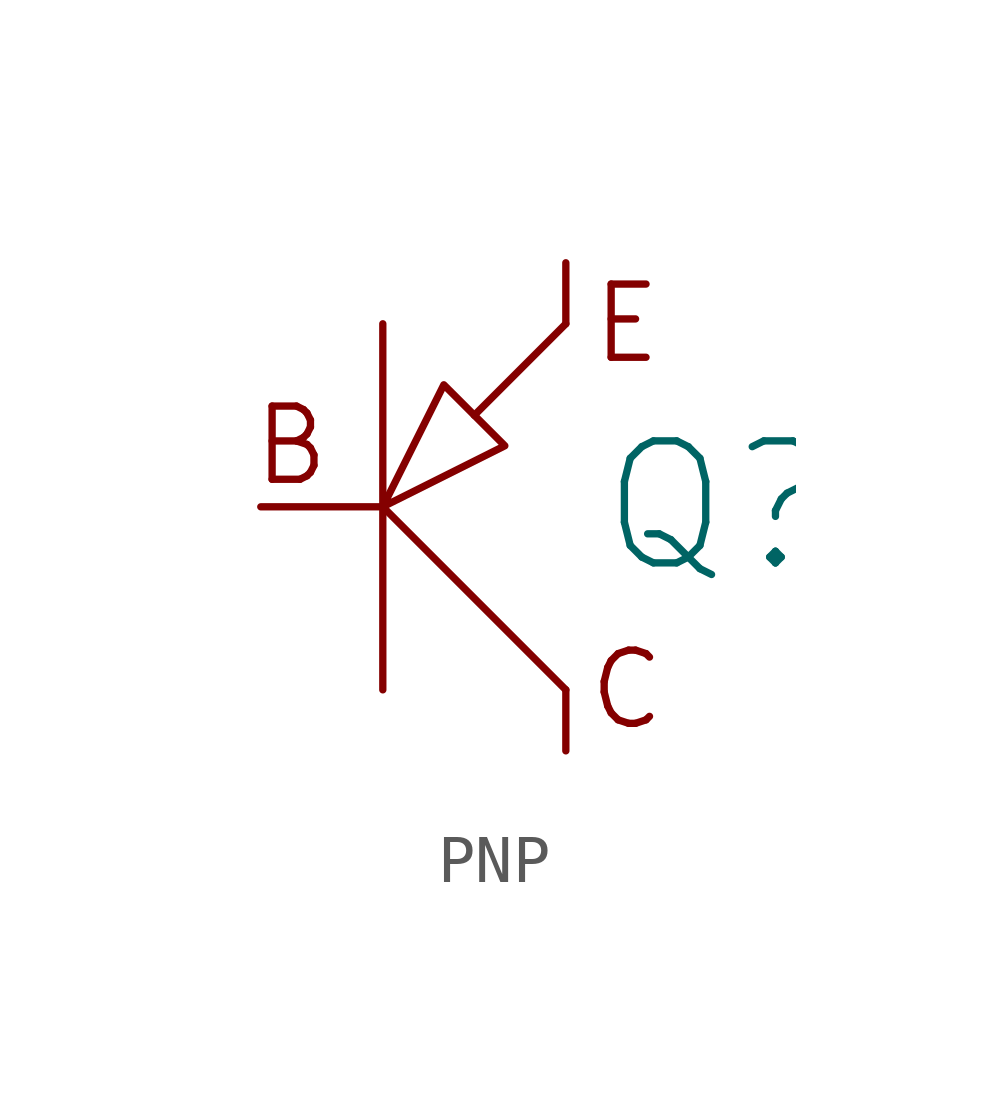
<source format=kicad_sym>
(kicad_symbol_lib
  (version 20211014)
  (generator kicad_symbol_editor)
  (symbol "PNP"
    (pin_names
      (offset 1.016))
    (property "Reference" "Q"
      (at 6.985 -5.08 0)
      (effects (font (size 2.54 2.54)) (justify left)))
    (symbol "PNP_0_0"
      (polyline (pts (xy 4.445 -3.175) (xy 6.35 -1.27)) (stroke (width 0) (type default) (color 0 0 0 0)) (fill (type none)))
      (polyline (pts (xy 2.54 -5.08) (xy 3.81 -2.54) (xy 5.08 -3.81) (xy 2.54 -5.08)) (stroke (width 0) (type default) (color 0 0 0 0)) (fill (type none)))
      (text "B" (at 0.635 -3.81 0) (effects (font (size 1.524 1.524))))
      (text "C" (at 7.62 -8.89 0) (effects (font (size 1.524 1.524))))
      (text "E" (at 7.62 -1.27 0) (effects (font (size 1.524 1.524)))))
    (symbol "PNP_0_1"
      (polyline (pts (xy 2.54 -1.27) (xy 2.54 -8.89)) (stroke (width 0) (type default) (color 0 0 0 0)) (fill (type none)))
      (polyline (pts (xy 6.35 -8.89) (xy 2.54 -5.08)) (stroke (width 0) (type default) (color 0 0 0 0)) (fill (type none))))
    (symbol "PNP_1_1"
      (pin input line (at 0 -5.08 0) (length 2.54) (name "~" (effects (font (size 1.27 1.27)))) (number "~" (effects (font (size 1.143 1.143)))))
      (pin input line (at 6.35 -10.16 90) (length 1.27) (name "~" (effects (font (size 1.27 1.27)))) (number "~" (effects (font (size 1.143 1.143)))))
      (pin input line (at 6.35 0 270) (length 1.27) (name "~" (effects (font (size 1.27 1.27)))) (number "~" (effects (font (size 1.143 1.143))))))))
</source>
